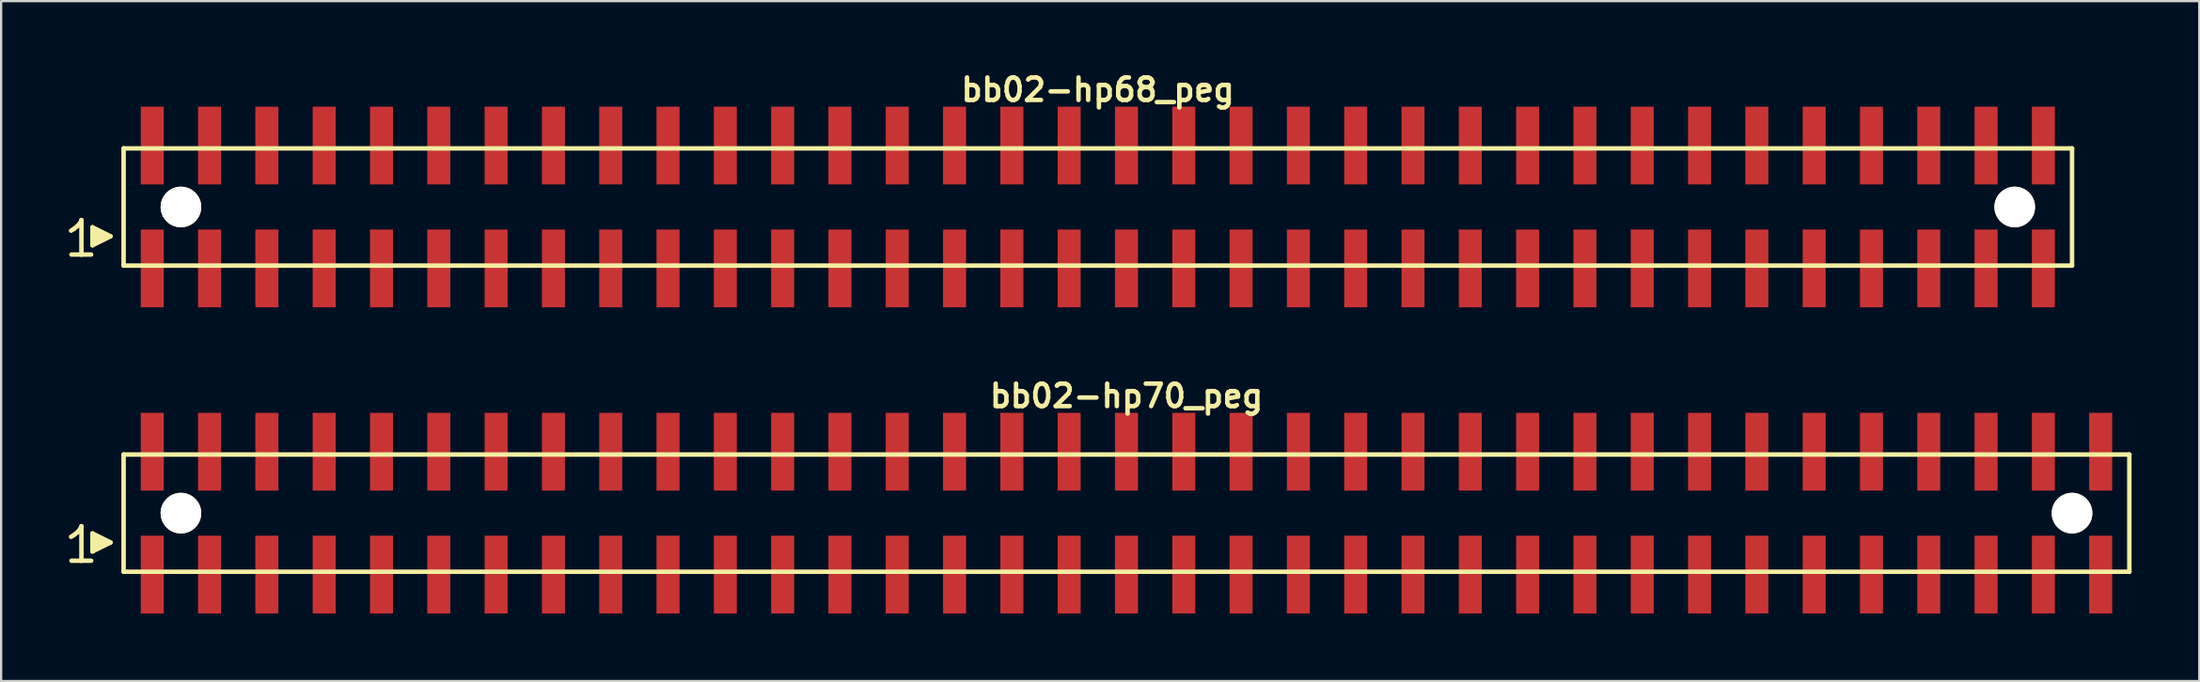
<source format=kicad_pcb>
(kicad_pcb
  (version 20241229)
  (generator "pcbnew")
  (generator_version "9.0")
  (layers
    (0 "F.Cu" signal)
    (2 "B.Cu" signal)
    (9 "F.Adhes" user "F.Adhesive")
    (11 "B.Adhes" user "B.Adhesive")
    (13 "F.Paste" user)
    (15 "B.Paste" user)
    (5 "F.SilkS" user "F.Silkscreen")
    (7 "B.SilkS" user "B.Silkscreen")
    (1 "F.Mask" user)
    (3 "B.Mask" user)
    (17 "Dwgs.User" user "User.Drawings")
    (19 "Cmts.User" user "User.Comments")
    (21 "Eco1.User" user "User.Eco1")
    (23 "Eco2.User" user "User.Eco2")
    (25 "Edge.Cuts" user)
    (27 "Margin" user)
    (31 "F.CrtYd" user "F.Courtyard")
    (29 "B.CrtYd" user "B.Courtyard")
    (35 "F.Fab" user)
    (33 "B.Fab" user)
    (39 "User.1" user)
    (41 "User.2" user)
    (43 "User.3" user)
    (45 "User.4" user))
  (footprint "bb02-hp70_peg"
    (layer "F.Cu")
    (at 46.879 19.713)
    (property "Reference" "bb02-hp70_peg" (at 0 -5.2 0) (layer "F.SilkS") (effects (font (size 0.998 0.998) (thickness 0.198))))
    (attr smd)
    (fp_line (start -46.78 1.05) (end -46.65 0.97) (stroke (width 0.198) (type solid)) (layer "F.SilkS"))
    (fp_line (start -46.65 0.97) (end -46.49 0.84) (stroke (width 0.198) (type solid)) (layer "F.SilkS"))
    (fp_line (start -46.49 0.84) (end -46.35 0.67) (stroke (width 0.198) (type solid)) (layer "F.SilkS"))
    (fp_line (start -46.35 0.67) (end -46.32 0.58) (stroke (width 0.198) (type solid)) (layer "F.SilkS"))
    (fp_line (start -46.32 0.58) (end -46.32 2.11) (stroke (width 0.198) (type solid)) (layer "F.SilkS"))
    (fp_line (start -46.32 2.11) (end -46.76 2.11) (stroke (width 0.198) (type solid)) (layer "F.SilkS"))
    (fp_line (start -45.89 2.11) (end -46.33 2.11) (stroke (width 0.198) (type solid)) (layer "F.SilkS"))
    (fp_line (start -45.83 0.9) (end -45.03 1.3) (stroke (width 0.198) (type solid)) (layer "F.SilkS"))
    (fp_line (start -45.83 1.7) (end -45.83 0.9) (stroke (width 0.198) (type solid)) (layer "F.SilkS"))
    (fp_line (start -45.73 1.6) (end -45.73 1) (stroke (width 0.198) (type solid)) (layer "F.SilkS"))
    (fp_line (start -45.63 1.1) (end -45.63 1.5) (stroke (width 0.198) (type solid)) (layer "F.SilkS"))
    (fp_line (start -45.53 1.5) (end -45.53 1.1) (stroke (width 0.198) (type solid)) (layer "F.SilkS"))
    (fp_line (start -45.43 1.2) (end -45.43 1.4) (stroke (width 0.198) (type solid)) (layer "F.SilkS"))
    (fp_line (start -45.33 1.4) (end -45.33 1.2) (stroke (width 0.198) (type solid)) (layer "F.SilkS"))
    (fp_line (start -45.03 1.3) (end -45.83 1.7) (stroke (width 0.198) (type solid)) (layer "F.SilkS"))
    (fp_line (start -44.45 -2.6) (end -44.45 2.6) (stroke (width 0.198) (type solid)) (layer "F.SilkS"))
    (fp_line (start -44.45 -2.6) (end 44.45 -2.6) (stroke (width 0.198) (type solid)) (layer "F.SilkS"))
    (fp_line (start 44.45 2.6) (end -44.45 2.6) (stroke (width 0.198) (type solid)) (layer "F.SilkS"))
    (fp_line (start 44.45 2.6) (end 44.45 -2.6) (stroke (width 0.198) (type solid)) (layer "F.SilkS"))
    (pad "" np_thru_hole circle (at -41.91 0) (size 1.8 1.8) (drill 1.8) (layers "*.Cu" "*.Mask" "F.SilkS"))
    (pad "" np_thru_hole circle (at 41.91 0) (size 1.8 1.8) (drill 1.8) (layers "*.Cu" "*.Mask" "F.SilkS"))
    (pad "1" smd rect (at -43.18 2.725) (size 1.02 3.45) (layers "F.Cu" "F.Mask" "F.Paste"))
    (pad "2" smd rect (at -43.18 -2.725) (size 1.02 3.45) (layers "F.Cu" "F.Mask" "F.Paste"))
    (pad "3" smd rect (at -40.64 2.725) (size 1.02 3.45) (layers "F.Cu" "F.Mask" "F.Paste"))
    (pad "4" smd rect (at -40.64 -2.725) (size 1.02 3.45) (layers "F.Cu" "F.Mask" "F.Paste"))
    (pad "5" smd rect (at -38.1 2.725) (size 1.02 3.45) (layers "F.Cu" "F.Mask" "F.Paste"))
    (pad "6" smd rect (at -38.1 -2.725) (size 1.02 3.45) (layers "F.Cu" "F.Mask" "F.Paste"))
    (pad "7" smd rect (at -35.56 2.725) (size 1.02 3.45) (layers "F.Cu" "F.Mask" "F.Paste"))
    (pad "8" smd rect (at -35.56 -2.725) (size 1.02 3.45) (layers "F.Cu" "F.Mask" "F.Paste"))
    (pad "9" smd rect (at -33.02 2.725) (size 1.02 3.45) (layers "F.Cu" "F.Mask" "F.Paste"))
    (pad "10" smd rect (at -33.02 -2.725) (size 1.02 3.45) (layers "F.Cu" "F.Mask" "F.Paste"))
    (pad "11" smd rect (at -30.48 2.725) (size 1.02 3.45) (layers "F.Cu" "F.Mask" "F.Paste"))
    (pad "12" smd rect (at -30.48 -2.725) (size 1.02 3.45) (layers "F.Cu" "F.Mask" "F.Paste"))
    (pad "13" smd rect (at -27.94 2.725) (size 1.02 3.45) (layers "F.Cu" "F.Mask" "F.Paste"))
    (pad "14" smd rect (at -27.94 -2.725) (size 1.02 3.45) (layers "F.Cu" "F.Mask" "F.Paste"))
    (pad "15" smd rect (at -25.4 2.725) (size 1.02 3.45) (layers "F.Cu" "F.Mask" "F.Paste"))
    (pad "16" smd rect (at -25.4 -2.725) (size 1.02 3.45) (layers "F.Cu" "F.Mask" "F.Paste"))
    (pad "17" smd rect (at -22.86 2.725) (size 1.02 3.45) (layers "F.Cu" "F.Mask" "F.Paste"))
    (pad "18" smd rect (at -22.86 -2.725) (size 1.02 3.45) (layers "F.Cu" "F.Mask" "F.Paste"))
    (pad "19" smd rect (at -20.32 2.725) (size 1.02 3.45) (layers "F.Cu" "F.Mask" "F.Paste"))
    (pad "20" smd rect (at -20.32 -2.725) (size 1.02 3.45) (layers "F.Cu" "F.Mask" "F.Paste"))
    (pad "21" smd rect (at -17.78 2.725) (size 1.02 3.45) (layers "F.Cu" "F.Mask" "F.Paste"))
    (pad "22" smd rect (at -17.78 -2.725) (size 1.02 3.45) (layers "F.Cu" "F.Mask" "F.Paste"))
    (pad "23" smd rect (at -15.24 2.725) (size 1.02 3.45) (layers "F.Cu" "F.Mask" "F.Paste"))
    (pad "24" smd rect (at -15.24 -2.725) (size 1.02 3.45) (layers "F.Cu" "F.Mask" "F.Paste"))
    (pad "25" smd rect (at -12.7 2.725) (size 1.02 3.45) (layers "F.Cu" "F.Mask" "F.Paste"))
    (pad "26" smd rect (at -12.7 -2.725) (size 1.02 3.45) (layers "F.Cu" "F.Mask" "F.Paste"))
    (pad "27" smd rect (at -10.16 2.725) (size 1.02 3.45) (layers "F.Cu" "F.Mask" "F.Paste"))
    (pad "28" smd rect (at -10.16 -2.725) (size 1.02 3.45) (layers "F.Cu" "F.Mask" "F.Paste"))
    (pad "29" smd rect (at -7.62 2.725) (size 1.02 3.45) (layers "F.Cu" "F.Mask" "F.Paste"))
    (pad "30" smd rect (at -7.62 -2.725) (size 1.02 3.45) (layers "F.Cu" "F.Mask" "F.Paste"))
    (pad "31" smd rect (at -5.08 2.725) (size 1.02 3.45) (layers "F.Cu" "F.Mask" "F.Paste"))
    (pad "32" smd rect (at -5.08 -2.725) (size 1.02 3.45) (layers "F.Cu" "F.Mask" "F.Paste"))
    (pad "33" smd rect (at -2.54 2.725) (size 1.02 3.45) (layers "F.Cu" "F.Mask" "F.Paste"))
    (pad "34" smd rect (at -2.54 -2.725) (size 1.02 3.45) (layers "F.Cu" "F.Mask" "F.Paste"))
    (pad "35" smd rect (at 0 2.725) (size 1.02 3.45) (layers "F.Cu" "F.Mask" "F.Paste"))
    (pad "36" smd rect (at 0 -2.725) (size 1.02 3.45) (layers "F.Cu" "F.Mask" "F.Paste"))
    (pad "37" smd rect (at 2.54 2.725) (size 1.02 3.45) (layers "F.Cu" "F.Mask" "F.Paste"))
    (pad "38" smd rect (at 2.54 -2.725) (size 1.02 3.45) (layers "F.Cu" "F.Mask" "F.Paste"))
    (pad "39" smd rect (at 5.08 2.725) (size 1.02 3.45) (layers "F.Cu" "F.Mask" "F.Paste"))
    (pad "40" smd rect (at 5.08 -2.725) (size 1.02 3.45) (layers "F.Cu" "F.Mask" "F.Paste"))
    (pad "41" smd rect (at 7.62 2.725) (size 1.02 3.45) (layers "F.Cu" "F.Mask" "F.Paste"))
    (pad "42" smd rect (at 7.62 -2.725) (size 1.02 3.45) (layers "F.Cu" "F.Mask" "F.Paste"))
    (pad "43" smd rect (at 10.16 2.725) (size 1.02 3.45) (layers "F.Cu" "F.Mask" "F.Paste"))
    (pad "44" smd rect (at 10.16 -2.725) (size 1.02 3.45) (layers "F.Cu" "F.Mask" "F.Paste"))
    (pad "45" smd rect (at 12.7 2.725) (size 1.02 3.45) (layers "F.Cu" "F.Mask" "F.Paste"))
    (pad "46" smd rect (at 12.7 -2.725) (size 1.02 3.45) (layers "F.Cu" "F.Mask" "F.Paste"))
    (pad "47" smd rect (at 15.24 2.725) (size 1.02 3.45) (layers "F.Cu" "F.Mask" "F.Paste"))
    (pad "48" smd rect (at 15.24 -2.725) (size 1.02 3.45) (layers "F.Cu" "F.Mask" "F.Paste"))
    (pad "49" smd rect (at 17.78 2.725) (size 1.02 3.45) (layers "F.Cu" "F.Mask" "F.Paste"))
    (pad "50" smd rect (at 17.78 -2.725) (size 1.02 3.45) (layers "F.Cu" "F.Mask" "F.Paste"))
    (pad "51" smd rect (at 20.32 2.725) (size 1.02 3.45) (layers "F.Cu" "F.Mask" "F.Paste"))
    (pad "52" smd rect (at 20.32 -2.725) (size 1.02 3.45) (layers "F.Cu" "F.Mask" "F.Paste"))
    (pad "53" smd rect (at 22.86 2.725) (size 1.02 3.45) (layers "F.Cu" "F.Mask" "F.Paste"))
    (pad "54" smd rect (at 22.86 -2.725) (size 1.02 3.45) (layers "F.Cu" "F.Mask" "F.Paste"))
    (pad "55" smd rect (at 25.4 2.725) (size 1.02 3.45) (layers "F.Cu" "F.Mask" "F.Paste"))
    (pad "56" smd rect (at 25.4 -2.725) (size 1.02 3.45) (layers "F.Cu" "F.Mask" "F.Paste"))
    (pad "57" smd rect (at 27.94 2.725) (size 1.02 3.45) (layers "F.Cu" "F.Mask" "F.Paste"))
    (pad "58" smd rect (at 27.94 -2.725) (size 1.02 3.45) (layers "F.Cu" "F.Mask" "F.Paste"))
    (pad "59" smd rect (at 30.48 2.725) (size 1.02 3.45) (layers "F.Cu" "F.Mask" "F.Paste"))
    (pad "60" smd rect (at 30.48 -2.725) (size 1.02 3.45) (layers "F.Cu" "F.Mask" "F.Paste"))
    (pad "61" smd rect (at 33.02 2.725) (size 1.02 3.45) (layers "F.Cu" "F.Mask" "F.Paste"))
    (pad "62" smd rect (at 33.02 -2.725) (size 1.02 3.45) (layers "F.Cu" "F.Mask" "F.Paste"))
    (pad "63" smd rect (at 35.56 2.725) (size 1.02 3.45) (layers "F.Cu" "F.Mask" "F.Paste"))
    (pad "64" smd rect (at 35.56 -2.725) (size 1.02 3.45) (layers "F.Cu" "F.Mask" "F.Paste"))
    (pad "65" smd rect (at 38.1 2.725) (size 1.02 3.45) (layers "F.Cu" "F.Mask" "F.Paste"))
    (pad "66" smd rect (at 38.1 -2.725) (size 1.02 3.45) (layers "F.Cu" "F.Mask" "F.Paste"))
    (pad "67" smd rect (at 40.64 2.725) (size 1.02 3.45) (layers "F.Cu" "F.Mask" "F.Paste"))
    (pad "68" smd rect (at 40.64 -2.725) (size 1.02 3.45) (layers "F.Cu" "F.Mask" "F.Paste"))
    (pad "69" smd rect (at 43.18 2.725) (size 1.02 3.45) (layers "F.Cu" "F.Mask" "F.Paste"))
    (pad "70" smd rect (at 43.18 -2.725) (size 1.02 3.45) (layers "F.Cu" "F.Mask" "F.Paste")))
  (footprint "bb02-hp68_peg"
    (layer "F.Cu")
    (at 45.609 6.132)
    (property "Reference" "bb02-hp68_peg" (at 0 -5.2 0) (layer "F.SilkS") (effects (font (size 0.998 0.998) (thickness 0.198))))
    (attr smd)
    (fp_line (start -45.51 1.05) (end -45.38 0.97) (stroke (width 0.198) (type solid)) (layer "F.SilkS"))
    (fp_line (start -45.38 0.97) (end -45.22 0.84) (stroke (width 0.198) (type solid)) (layer "F.SilkS"))
    (fp_line (start -45.22 0.84) (end -45.08 0.67) (stroke (width 0.198) (type solid)) (layer "F.SilkS"))
    (fp_line (start -45.08 0.67) (end -45.05 0.58) (stroke (width 0.198) (type solid)) (layer "F.SilkS"))
    (fp_line (start -45.05 0.58) (end -45.05 2.11) (stroke (width 0.198) (type solid)) (layer "F.SilkS"))
    (fp_line (start -45.05 2.11) (end -45.49 2.11) (stroke (width 0.198) (type solid)) (layer "F.SilkS"))
    (fp_line (start -44.62 2.11) (end -45.06 2.11) (stroke (width 0.198) (type solid)) (layer "F.SilkS"))
    (fp_line (start -44.56 0.9) (end -43.76 1.3) (stroke (width 0.198) (type solid)) (layer "F.SilkS"))
    (fp_line (start -44.56 1.7) (end -44.56 0.9) (stroke (width 0.198) (type solid)) (layer "F.SilkS"))
    (fp_line (start -44.46 1.6) (end -44.46 1) (stroke (width 0.198) (type solid)) (layer "F.SilkS"))
    (fp_line (start -44.36 1.1) (end -44.36 1.5) (stroke (width 0.198) (type solid)) (layer "F.SilkS"))
    (fp_line (start -44.26 1.5) (end -44.26 1.1) (stroke (width 0.198) (type solid)) (layer "F.SilkS"))
    (fp_line (start -44.16 1.2) (end -44.16 1.4) (stroke (width 0.198) (type solid)) (layer "F.SilkS"))
    (fp_line (start -44.06 1.4) (end -44.06 1.2) (stroke (width 0.198) (type solid)) (layer "F.SilkS"))
    (fp_line (start -43.76 1.3) (end -44.56 1.7) (stroke (width 0.198) (type solid)) (layer "F.SilkS"))
    (fp_line (start -43.18 -2.6) (end -43.18 2.6) (stroke (width 0.198) (type solid)) (layer "F.SilkS"))
    (fp_line (start -43.18 -2.6) (end 43.18 -2.6) (stroke (width 0.198) (type solid)) (layer "F.SilkS"))
    (fp_line (start 43.18 2.6) (end -43.18 2.6) (stroke (width 0.198) (type solid)) (layer "F.SilkS"))
    (fp_line (start 43.18 2.6) (end 43.18 -2.6) (stroke (width 0.198) (type solid)) (layer "F.SilkS"))
    (pad "" np_thru_hole circle (at -40.64 0) (size 1.8 1.8) (drill 1.8) (layers "*.Cu" "*.Mask" "F.SilkS"))
    (pad "" np_thru_hole circle (at 40.64 0) (size 1.8 1.8) (drill 1.8) (layers "*.Cu" "*.Mask" "F.SilkS"))
    (pad "1" smd rect (at -41.91 2.725) (size 1.02 3.45) (layers "F.Cu" "F.Mask" "F.Paste"))
    (pad "2" smd rect (at -41.91 -2.725) (size 1.02 3.45) (layers "F.Cu" "F.Mask" "F.Paste"))
    (pad "3" smd rect (at -39.37 2.725) (size 1.02 3.45) (layers "F.Cu" "F.Mask" "F.Paste"))
    (pad "4" smd rect (at -39.37 -2.725) (size 1.02 3.45) (layers "F.Cu" "F.Mask" "F.Paste"))
    (pad "5" smd rect (at -36.83 2.725) (size 1.02 3.45) (layers "F.Cu" "F.Mask" "F.Paste"))
    (pad "6" smd rect (at -36.83 -2.725) (size 1.02 3.45) (layers "F.Cu" "F.Mask" "F.Paste"))
    (pad "7" smd rect (at -34.29 2.725) (size 1.02 3.45) (layers "F.Cu" "F.Mask" "F.Paste"))
    (pad "8" smd rect (at -34.29 -2.725) (size 1.02 3.45) (layers "F.Cu" "F.Mask" "F.Paste"))
    (pad "9" smd rect (at -31.75 2.725) (size 1.02 3.45) (layers "F.Cu" "F.Mask" "F.Paste"))
    (pad "10" smd rect (at -31.75 -2.725) (size 1.02 3.45) (layers "F.Cu" "F.Mask" "F.Paste"))
    (pad "11" smd rect (at -29.21 2.725) (size 1.02 3.45) (layers "F.Cu" "F.Mask" "F.Paste"))
    (pad "12" smd rect (at -29.21 -2.725) (size 1.02 3.45) (layers "F.Cu" "F.Mask" "F.Paste"))
    (pad "13" smd rect (at -26.67 2.725) (size 1.02 3.45) (layers "F.Cu" "F.Mask" "F.Paste"))
    (pad "14" smd rect (at -26.67 -2.725) (size 1.02 3.45) (layers "F.Cu" "F.Mask" "F.Paste"))
    (pad "15" smd rect (at -24.13 2.725) (size 1.02 3.45) (layers "F.Cu" "F.Mask" "F.Paste"))
    (pad "16" smd rect (at -24.13 -2.725) (size 1.02 3.45) (layers "F.Cu" "F.Mask" "F.Paste"))
    (pad "17" smd rect (at -21.59 2.725) (size 1.02 3.45) (layers "F.Cu" "F.Mask" "F.Paste"))
    (pad "18" smd rect (at -21.59 -2.725) (size 1.02 3.45) (layers "F.Cu" "F.Mask" "F.Paste"))
    (pad "19" smd rect (at -19.05 2.725) (size 1.02 3.45) (layers "F.Cu" "F.Mask" "F.Paste"))
    (pad "20" smd rect (at -19.05 -2.725) (size 1.02 3.45) (layers "F.Cu" "F.Mask" "F.Paste"))
    (pad "21" smd rect (at -16.51 2.725) (size 1.02 3.45) (layers "F.Cu" "F.Mask" "F.Paste"))
    (pad "22" smd rect (at -16.51 -2.725) (size 1.02 3.45) (layers "F.Cu" "F.Mask" "F.Paste"))
    (pad "23" smd rect (at -13.97 2.725) (size 1.02 3.45) (layers "F.Cu" "F.Mask" "F.Paste"))
    (pad "24" smd rect (at -13.97 -2.725) (size 1.02 3.45) (layers "F.Cu" "F.Mask" "F.Paste"))
    (pad "25" smd rect (at -11.43 2.725) (size 1.02 3.45) (layers "F.Cu" "F.Mask" "F.Paste"))
    (pad "26" smd rect (at -11.43 -2.725) (size 1.02 3.45) (layers "F.Cu" "F.Mask" "F.Paste"))
    (pad "27" smd rect (at -8.89 2.725) (size 1.02 3.45) (layers "F.Cu" "F.Mask" "F.Paste"))
    (pad "28" smd rect (at -8.89 -2.725) (size 1.02 3.45) (layers "F.Cu" "F.Mask" "F.Paste"))
    (pad "29" smd rect (at -6.35 2.725) (size 1.02 3.45) (layers "F.Cu" "F.Mask" "F.Paste"))
    (pad "30" smd rect (at -6.35 -2.725) (size 1.02 3.45) (layers "F.Cu" "F.Mask" "F.Paste"))
    (pad "31" smd rect (at -3.81 2.725) (size 1.02 3.45) (layers "F.Cu" "F.Mask" "F.Paste"))
    (pad "32" smd rect (at -3.81 -2.725) (size 1.02 3.45) (layers "F.Cu" "F.Mask" "F.Paste"))
    (pad "33" smd rect (at -1.27 2.725) (size 1.02 3.45) (layers "F.Cu" "F.Mask" "F.Paste"))
    (pad "34" smd rect (at -1.27 -2.725) (size 1.02 3.45) (layers "F.Cu" "F.Mask" "F.Paste"))
    (pad "35" smd rect (at 1.27 2.725) (size 1.02 3.45) (layers "F.Cu" "F.Mask" "F.Paste"))
    (pad "36" smd rect (at 1.27 -2.725) (size 1.02 3.45) (layers "F.Cu" "F.Mask" "F.Paste"))
    (pad "37" smd rect (at 3.81 2.725) (size 1.02 3.45) (layers "F.Cu" "F.Mask" "F.Paste"))
    (pad "38" smd rect (at 3.81 -2.725) (size 1.02 3.45) (layers "F.Cu" "F.Mask" "F.Paste"))
    (pad "39" smd rect (at 6.35 2.725) (size 1.02 3.45) (layers "F.Cu" "F.Mask" "F.Paste"))
    (pad "40" smd rect (at 6.35 -2.725) (size 1.02 3.45) (layers "F.Cu" "F.Mask" "F.Paste"))
    (pad "41" smd rect (at 8.89 2.725) (size 1.02 3.45) (layers "F.Cu" "F.Mask" "F.Paste"))
    (pad "42" smd rect (at 8.89 -2.725) (size 1.02 3.45) (layers "F.Cu" "F.Mask" "F.Paste"))
    (pad "43" smd rect (at 11.43 2.725) (size 1.02 3.45) (layers "F.Cu" "F.Mask" "F.Paste"))
    (pad "44" smd rect (at 11.43 -2.725) (size 1.02 3.45) (layers "F.Cu" "F.Mask" "F.Paste"))
    (pad "45" smd rect (at 13.97 2.725) (size 1.02 3.45) (layers "F.Cu" "F.Mask" "F.Paste"))
    (pad "46" smd rect (at 13.97 -2.725) (size 1.02 3.45) (layers "F.Cu" "F.Mask" "F.Paste"))
    (pad "47" smd rect (at 16.51 2.725) (size 1.02 3.45) (layers "F.Cu" "F.Mask" "F.Paste"))
    (pad "48" smd rect (at 16.51 -2.725) (size 1.02 3.45) (layers "F.Cu" "F.Mask" "F.Paste"))
    (pad "49" smd rect (at 19.05 2.725) (size 1.02 3.45) (layers "F.Cu" "F.Mask" "F.Paste"))
    (pad "50" smd rect (at 19.05 -2.725) (size 1.02 3.45) (layers "F.Cu" "F.Mask" "F.Paste"))
    (pad "51" smd rect (at 21.59 2.725) (size 1.02 3.45) (layers "F.Cu" "F.Mask" "F.Paste"))
    (pad "52" smd rect (at 21.59 -2.725) (size 1.02 3.45) (layers "F.Cu" "F.Mask" "F.Paste"))
    (pad "53" smd rect (at 24.13 2.725) (size 1.02 3.45) (layers "F.Cu" "F.Mask" "F.Paste"))
    (pad "54" smd rect (at 24.13 -2.725) (size 1.02 3.45) (layers "F.Cu" "F.Mask" "F.Paste"))
    (pad "55" smd rect (at 26.67 2.725) (size 1.02 3.45) (layers "F.Cu" "F.Mask" "F.Paste"))
    (pad "56" smd rect (at 26.67 -2.725) (size 1.02 3.45) (layers "F.Cu" "F.Mask" "F.Paste"))
    (pad "57" smd rect (at 29.21 2.725) (size 1.02 3.45) (layers "F.Cu" "F.Mask" "F.Paste"))
    (pad "58" smd rect (at 29.21 -2.725) (size 1.02 3.45) (layers "F.Cu" "F.Mask" "F.Paste"))
    (pad "59" smd rect (at 31.75 2.725) (size 1.02 3.45) (layers "F.Cu" "F.Mask" "F.Paste"))
    (pad "60" smd rect (at 31.75 -2.725) (size 1.02 3.45) (layers "F.Cu" "F.Mask" "F.Paste"))
    (pad "61" smd rect (at 34.29 2.725) (size 1.02 3.45) (layers "F.Cu" "F.Mask" "F.Paste"))
    (pad "62" smd rect (at 34.29 -2.725) (size 1.02 3.45) (layers "F.Cu" "F.Mask" "F.Paste"))
    (pad "63" smd rect (at 36.83 2.725) (size 1.02 3.45) (layers "F.Cu" "F.Mask" "F.Paste"))
    (pad "64" smd rect (at 36.83 -2.725) (size 1.02 3.45) (layers "F.Cu" "F.Mask" "F.Paste"))
    (pad "65" smd rect (at 39.37 2.725) (size 1.02 3.45) (layers "F.Cu" "F.Mask" "F.Paste"))
    (pad "66" smd rect (at 39.37 -2.725) (size 1.02 3.45) (layers "F.Cu" "F.Mask" "F.Paste"))
    (pad "67" smd rect (at 41.91 2.725) (size 1.02 3.45) (layers "F.Cu" "F.Mask" "F.Paste"))
    (pad "68" smd rect (at 41.91 -2.725) (size 1.02 3.45) (layers "F.Cu" "F.Mask" "F.Paste")))
  (gr_rect
    (start -3 -3)
    (end 94.428 27.163)
    (stroke (width 0.1) (type default))
    (fill no)
    (layer "Edge.Cuts")))
</source>
